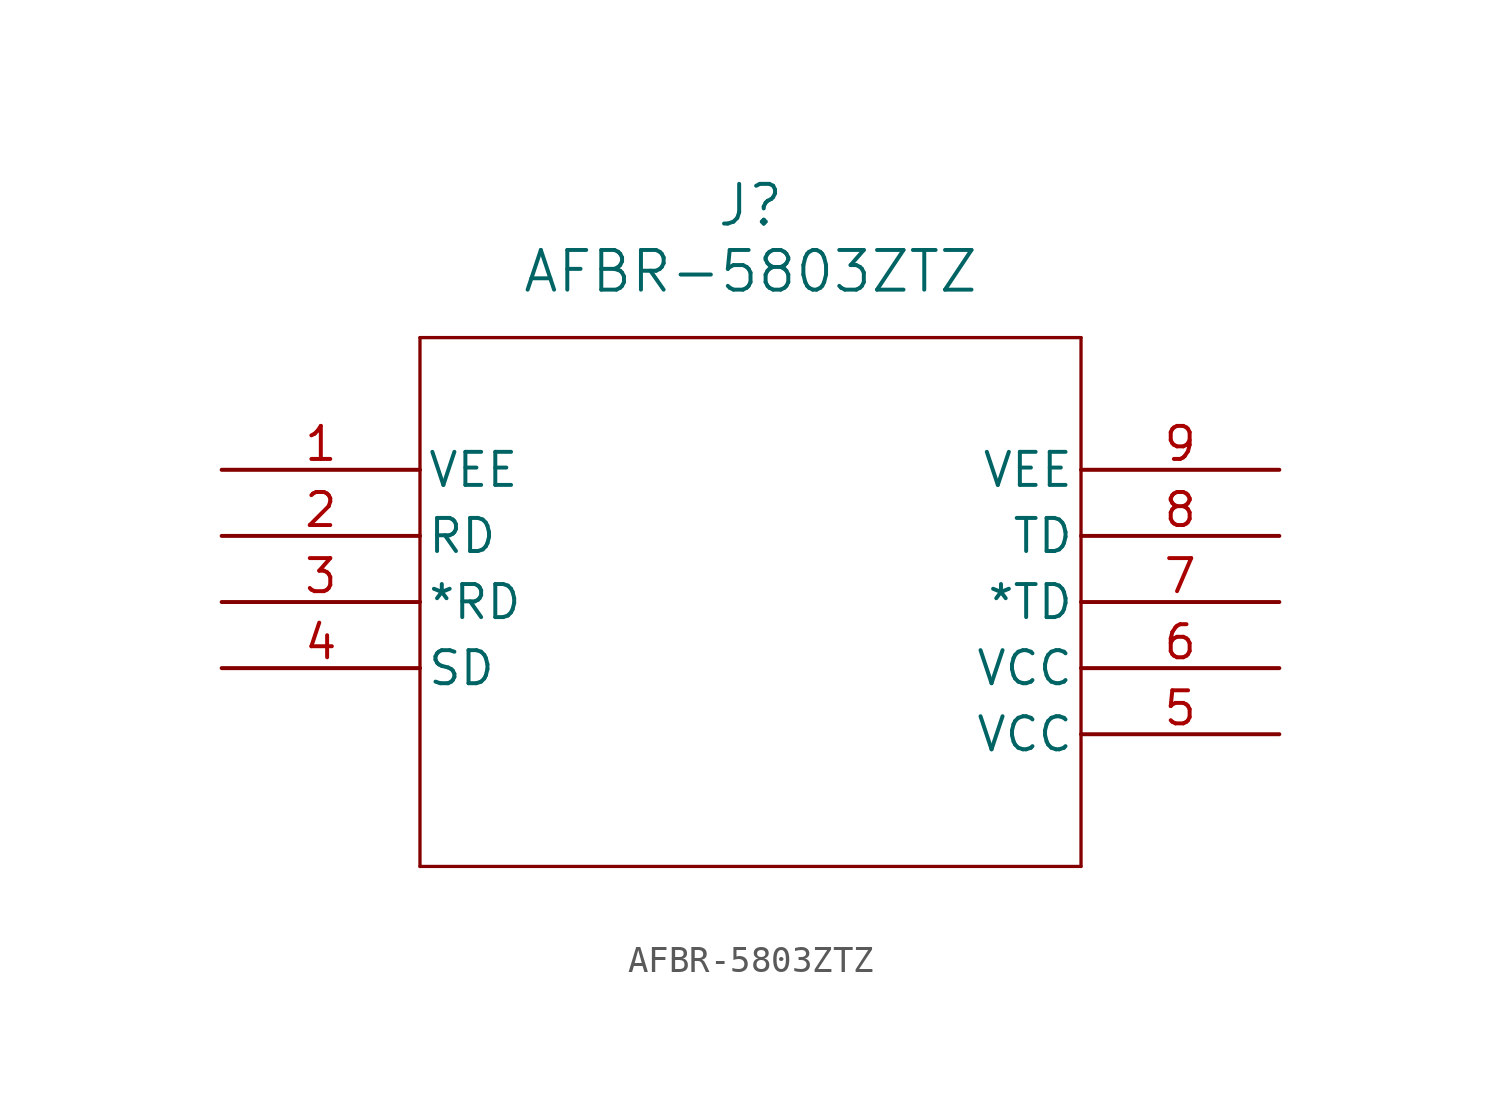
<source format=kicad_sym>
(kicad_symbol_lib
  (version 20211014)
  (generator kicad_symbol_editor)
  (symbol "AFBR-5803ZTZ"
    (pin_names
      (offset 0.254))
    (property "Reference" "J"
      (at 20.32 10.16 0)
      (effects (font (size 1.524 1.524))))
    (property "Value" "AFBR-5803ZTZ"
      (at 20.32 7.62 0)
      (effects (font (size 1.524 1.524))))
    (symbol "AFBR-5803ZTZ_0_1"
      (polyline (pts (xy 7.62 5.08) (xy 7.62 -15.24)) (stroke (width 0.127) (type default) (color 0 0 0 0)) (fill (type none)))
      (polyline (pts (xy 7.62 -15.24) (xy 33.02 -15.24)) (stroke (width 0.127) (type default) (color 0 0 0 0)) (fill (type none)))
      (polyline (pts (xy 33.02 -15.24) (xy 33.02 5.08)) (stroke (width 0.127) (type default) (color 0 0 0 0)) (fill (type none)))
      (polyline (pts (xy 33.02 5.08) (xy 7.62 5.08)) (stroke (width 0.127) (type default) (color 0 0 0 0)) (fill (type none)))
      (pin power_in line (at 0 0 0) (length 7.62) (name "VEE" (effects (font (size 1.27 1.27)))) (number "1" (effects (font (size 1.27 1.27)))))
      (pin unspecified line (at 0 -2.54 0) (length 7.62) (name "RD" (effects (font (size 1.27 1.27)))) (number "2" (effects (font (size 1.27 1.27)))))
      (pin unspecified line (at 0 -5.08 0) (length 7.62) (name "*RD" (effects (font (size 1.27 1.27)))) (number "3" (effects (font (size 1.27 1.27)))))
      (pin unspecified line (at 0 -7.62 0) (length 7.62) (name "SD" (effects (font (size 1.27 1.27)))) (number "4" (effects (font (size 1.27 1.27)))))
      (pin power_in line (at 40.64 -10.16 180) (length 7.62) (name "VCC" (effects (font (size 1.27 1.27)))) (number "5" (effects (font (size 1.27 1.27)))))
      (pin power_in line (at 40.64 -7.62 180) (length 7.62) (name "VCC" (effects (font (size 1.27 1.27)))) (number "6" (effects (font (size 1.27 1.27)))))
      (pin unspecified line (at 40.64 -5.08 180) (length 7.62) (name "*TD" (effects (font (size 1.27 1.27)))) (number "7" (effects (font (size 1.27 1.27)))))
      (pin unspecified line (at 40.64 -2.54 180) (length 7.62) (name "TD" (effects (font (size 1.27 1.27)))) (number "8" (effects (font (size 1.27 1.27)))))
      (pin power_in line (at 40.64 0 180) (length 7.62) (name "VEE" (effects (font (size 1.27 1.27)))) (number "9" (effects (font (size 1.27 1.27))))))))
</source>
